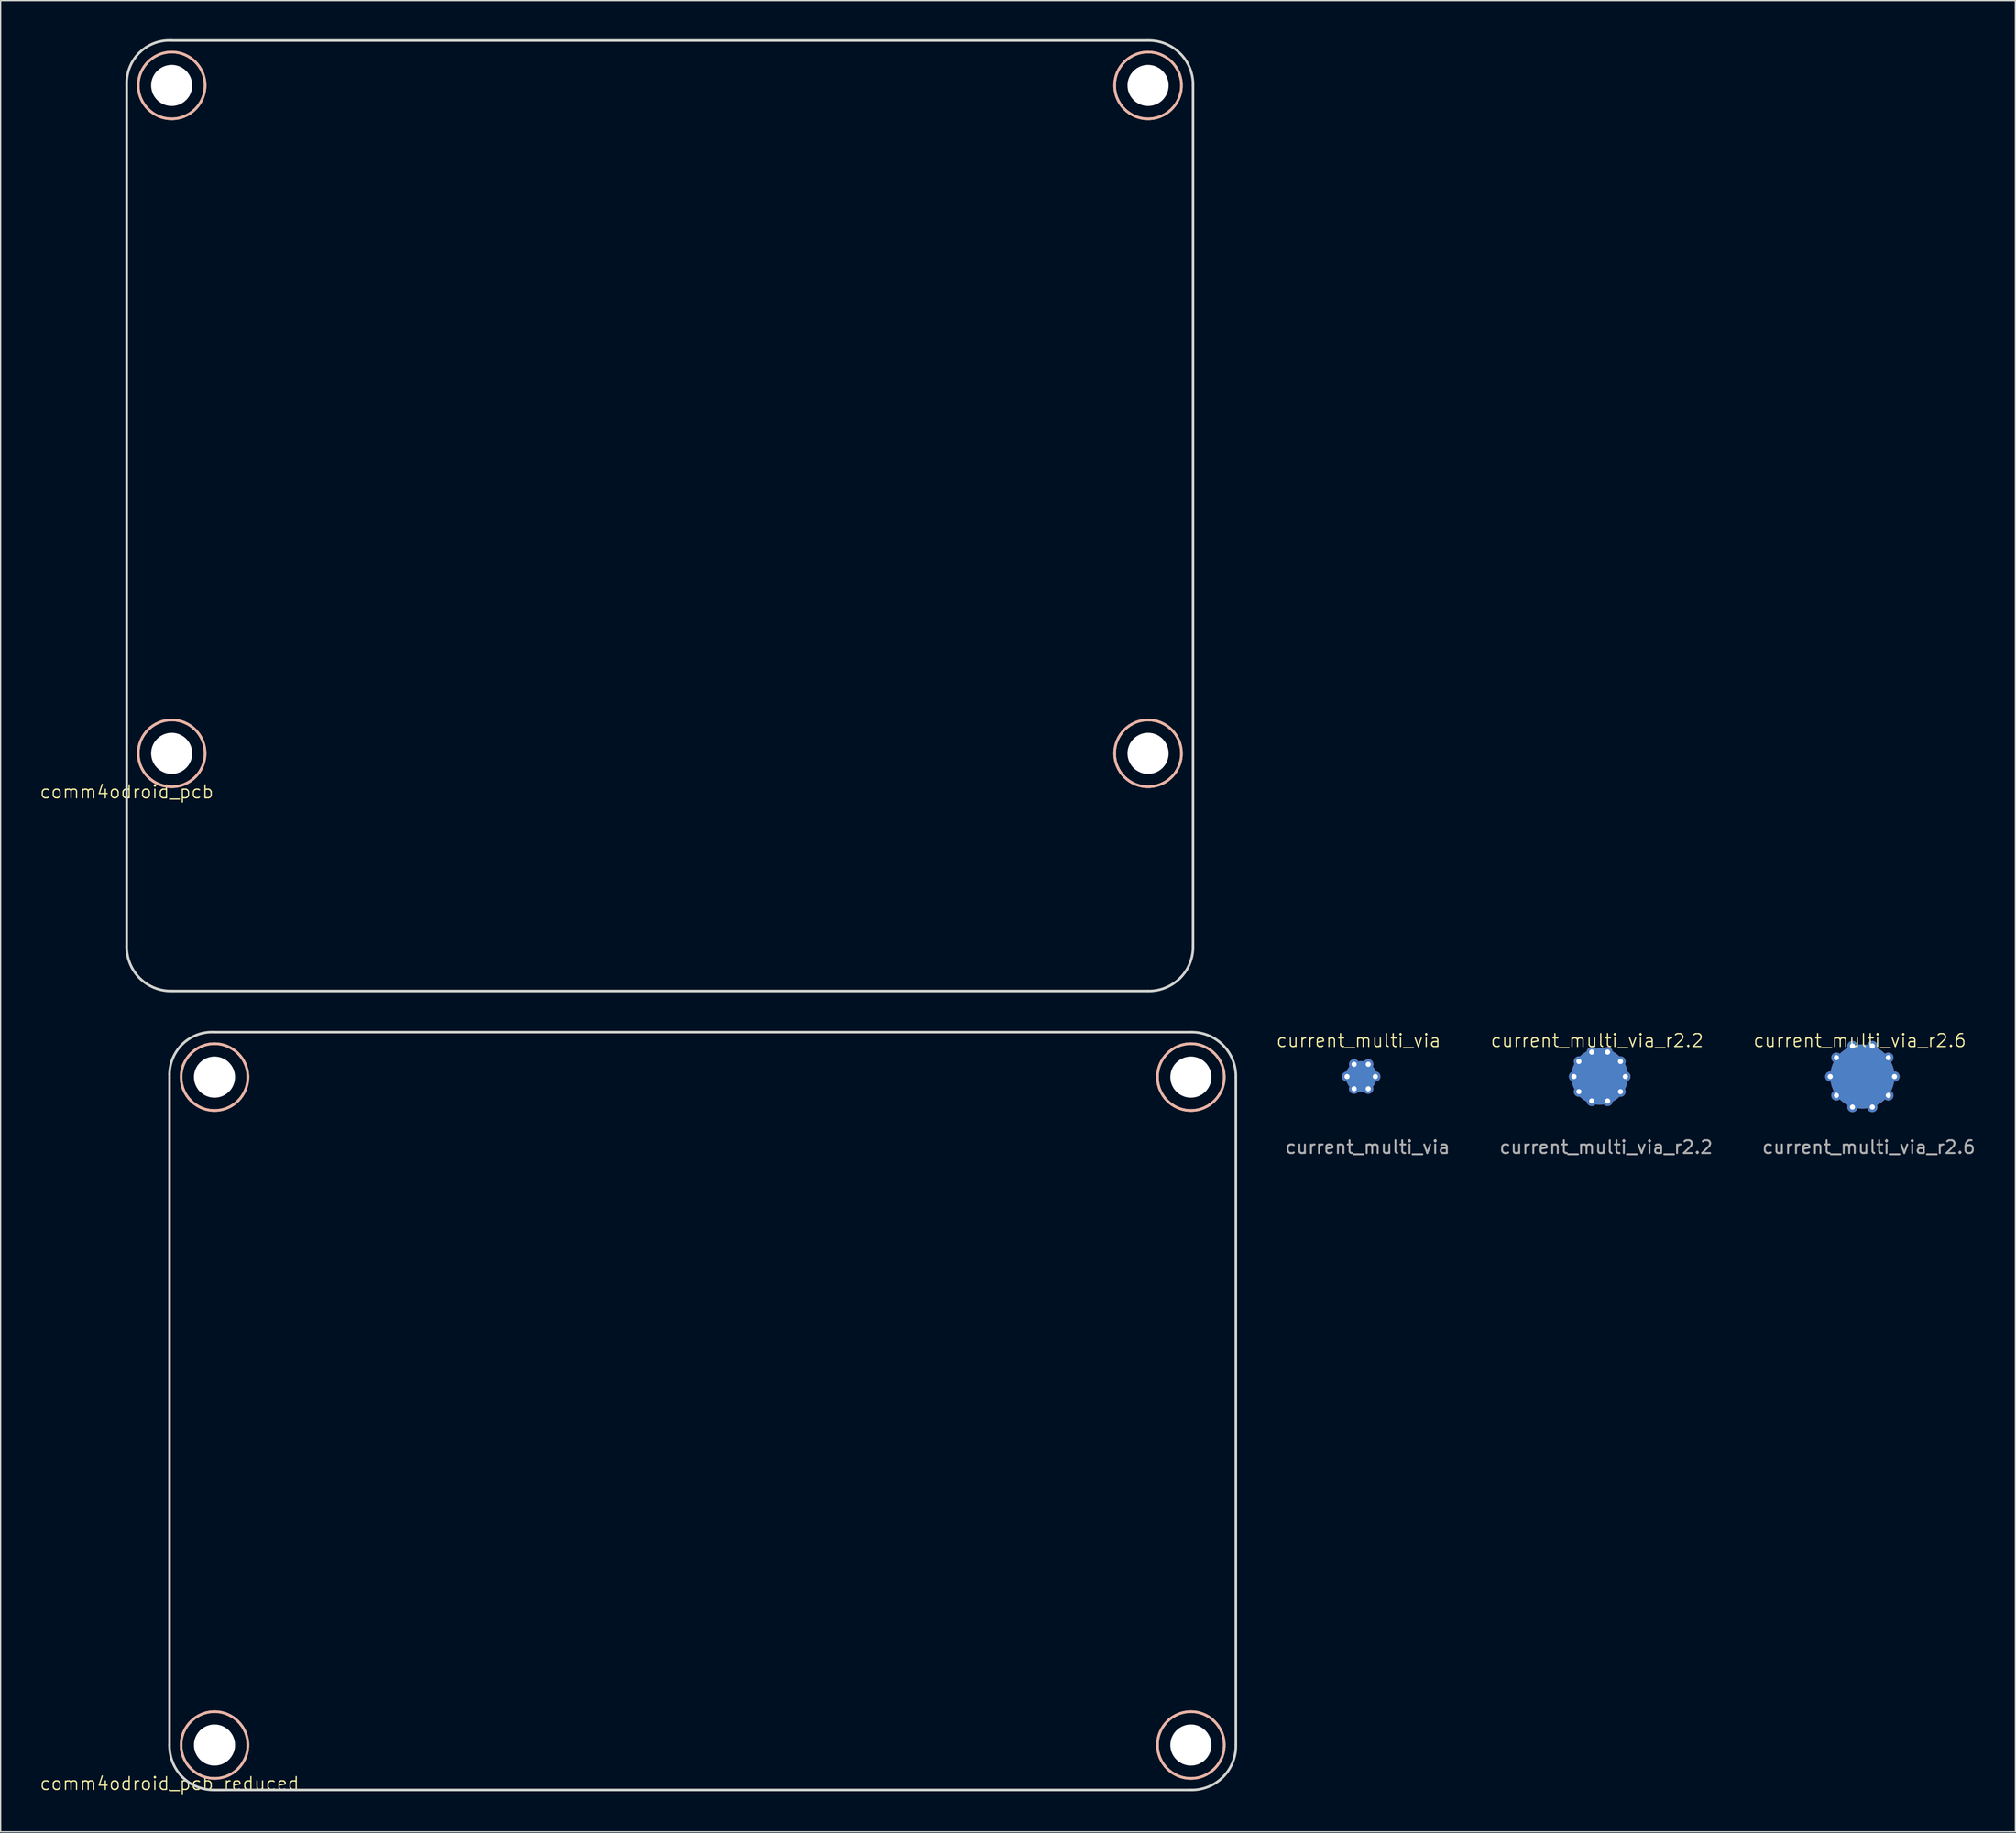
<source format=kicad_pcb>
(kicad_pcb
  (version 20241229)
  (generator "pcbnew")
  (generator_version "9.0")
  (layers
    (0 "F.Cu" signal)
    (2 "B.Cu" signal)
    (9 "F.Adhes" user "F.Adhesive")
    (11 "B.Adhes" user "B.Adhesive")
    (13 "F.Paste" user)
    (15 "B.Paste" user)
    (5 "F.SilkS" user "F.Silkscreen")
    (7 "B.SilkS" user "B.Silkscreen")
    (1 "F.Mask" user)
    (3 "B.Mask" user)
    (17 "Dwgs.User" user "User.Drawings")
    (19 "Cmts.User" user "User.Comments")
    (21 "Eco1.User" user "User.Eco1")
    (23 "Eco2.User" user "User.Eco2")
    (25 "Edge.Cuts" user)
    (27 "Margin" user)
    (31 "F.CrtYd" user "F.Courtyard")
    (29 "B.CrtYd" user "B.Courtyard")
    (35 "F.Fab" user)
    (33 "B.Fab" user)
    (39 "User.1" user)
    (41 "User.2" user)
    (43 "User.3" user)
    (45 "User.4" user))
  (footprint "current_multi_via_r2.2"
    (layer "F.Cu")
    (at 121.466 80.767)
    (property "Reference" "current_multi_via_r2.2" (at -0.2 -2.8 0) (unlocked yes) (layer "F.SilkS") (effects (font (size 1 1) (thickness 0.1))))
    (attr through_hole)
    (fp_text user "${REFERENCE}" (at 0.5 5.5 0) (unlocked yes) (layer "F.Fab") (effects (font (size 1 1) (thickness 0.15))))
    (pad "1" thru_hole circle (at -2 0) (size 0.8 0.8) (drill 0.4) (layers "*.Cu" "*.Mask"))
    (pad "1" thru_hole circle (at -1.618 -1.176) (size 0.8 0.8) (drill 0.4) (layers "*.Cu" "*.Mask"))
    (pad "1" thru_hole circle (at -1.618 1.176) (size 0.8 0.8) (drill 0.4) (layers "*.Cu" "*.Mask"))
    (pad "1" thru_hole circle (at -0.618 -1.902) (size 0.8 0.8) (drill 0.4) (layers "*.Cu" "*.Mask"))
    (pad "1" thru_hole circle (at -0.618 1.902) (size 0.8 0.8) (drill 0.4) (layers "*.Cu" "*.Mask"))
    (pad "1" smd circle (at 0 0) (size 4.4 4.4) (layers "F.Cu" "F.Mask" "F.Paste"))
    (pad "1" smd circle (at 0 0) (size 4.4 4.4) (layers "B.Cu" "B.Mask" "B.Paste"))
    (pad "1" thru_hole circle (at 0.618 -1.902) (size 0.8 0.8) (drill 0.4) (layers "*.Cu" "*.Mask"))
    (pad "1" thru_hole circle (at 0.618 1.902) (size 0.8 0.8) (drill 0.4) (layers "*.Cu" "*.Mask"))
    (pad "1" thru_hole circle (at 1.618 -1.176) (size 0.8 0.8) (drill 0.4) (layers "*.Cu" "*.Mask"))
    (pad "1" thru_hole circle (at 1.618 1.176) (size 0.8 0.8) (drill 0.4) (layers "*.Cu" "*.Mask"))
    (pad "1" thru_hole circle (at 2 0) (size 0.8 0.8) (drill 0.4) (layers "*.Cu" "*.Mask")))
  (footprint "current_multi_via_r2.6"
    (layer "F.Cu")
    (at 141.913 80.767)
    (property "Reference" "current_multi_via_r2.6" (at -0.2 -2.8 0) (unlocked yes) (layer "F.SilkS") (effects (font (size 1 1) (thickness 0.1))))
    (attr through_hole)
    (fp_text user "${REFERENCE}" (at 0.5 5.5 0) (unlocked yes) (layer "F.Fab") (effects (font (size 1 1) (thickness 0.15))))
    (pad "1" thru_hole circle (at -2.5 0) (size 0.8 0.8) (drill 0.4) (layers "*.Cu" "*.Mask"))
    (pad "1" thru_hole circle (at -2.023 -1.469) (size 0.8 0.8) (drill 0.4) (layers "*.Cu" "*.Mask"))
    (pad "1" thru_hole circle (at -2.023 1.469) (size 0.8 0.8) (drill 0.4) (layers "*.Cu" "*.Mask"))
    (pad "1" thru_hole circle (at -0.773 -2.378) (size 0.8 0.8) (drill 0.4) (layers "*.Cu" "*.Mask"))
    (pad "1" thru_hole circle (at -0.773 2.378) (size 0.8 0.8) (drill 0.4) (layers "*.Cu" "*.Mask"))
    (pad "1" smd circle (at 0 0) (size 5 5) (layers "F.Cu" "F.Mask" "F.Paste"))
    (pad "1" smd circle (at 0 0) (size 5 5) (layers "B.Cu" "B.Mask" "B.Paste"))
    (pad "1" thru_hole circle (at 0.773 -2.378) (size 0.8 0.8) (drill 0.4) (layers "*.Cu" "*.Mask"))
    (pad "1" thru_hole circle (at 0.773 2.378) (size 0.8 0.8) (drill 0.4) (layers "*.Cu" "*.Mask"))
    (pad "1" thru_hole circle (at 2.023 -1.469) (size 0.8 0.8) (drill 0.4) (layers "*.Cu" "*.Mask"))
    (pad "1" thru_hole circle (at 2.023 1.469) (size 0.8 0.8) (drill 0.4) (layers "*.Cu" "*.Mask"))
    (pad "1" thru_hole circle (at 2.5 0) (size 0.8 0.8) (drill 0.4) (layers "*.Cu" "*.Mask")))
  (footprint "comm4odroid_pcb"
    (layer "F.Cu")
    (at 6.812 59.105)
    (property "Reference" "comm4odroid_pcb" (at 0 -0.5 0) (unlocked yes) (layer "F.SilkS") (effects (font (size 1 1) (thickness 0.1))))
    (fp_line (start 0 0) (end 0 0) (stroke (width 0.1) (type default)) (layer "F.SilkS"))
    (fp_circle (center 3.5 -55.5) (end 6.1 -55.5) (stroke (width 0.2) (type default)) (fill no) (layer "F.SilkS"))
    (fp_circle (center 3.5 -3.5) (end 6.1 -3.5) (stroke (width 0.2) (type default)) (fill no) (layer "F.SilkS"))
    (fp_circle (center 79.5 -55.5) (end 82.1 -55.5) (stroke (width 0.2) (type default)) (fill no) (layer "F.SilkS"))
    (fp_circle (center 79.5 -3.5) (end 82.1 -3.5) (stroke (width 0.2) (type default)) (fill no) (layer "F.SilkS"))
    (fp_circle (center 3.5 -55.5) (end 6.1 -55.5) (stroke (width 0.2) (type default)) (fill no) (layer "B.SilkS"))
    (fp_circle (center 3.5 -3.5) (end 6.1 -3.5) (stroke (width 0.2) (type default)) (fill no) (layer "B.SilkS"))
    (fp_circle (center 79.5 -55.5) (end 82.1 -55.5) (stroke (width 0.2) (type default)) (fill no) (layer "B.SilkS"))
    (fp_circle (center 79.5 -3.5) (end 82.1 -3.5) (stroke (width 0.2) (type default)) (fill no) (layer "B.SilkS"))
    (fp_line (start 0 -55.75) (end 0 11.5) (stroke (width 0.2) (type default)) (layer "Edge.Cuts"))
    (fp_line (start 3.5 15) (end 79.5 15) (stroke (width 0.2) (type default)) (layer "Edge.Cuts"))
    (fp_line (start 79.5 -59) (end 3.5 -59) (stroke (width 0.2) (type default)) (layer "Edge.Cuts"))
    (fp_line (start 83 11.5) (end 83 -55.5) (stroke (width 0.2) (type default)) (layer "Edge.Cuts"))
    (fp_arc (start 0 -55.75) (mid 1.058028 -58.1202) (end 3.5 -59) (stroke (width 0.2) (type default)) (layer "Edge.Cuts"))
    (fp_arc (start 3.5 15) (mid 1.004799 13.995201) (end 0 11.5) (stroke (width 0.2) (type default)) (layer "Edge.Cuts"))
    (fp_arc (start 79.5 -59) (mid 81.9952 -57.9952) (end 83 -55.5) (stroke (width 0.2) (type default)) (layer "Edge.Cuts"))
    (fp_arc (start 83 11.5) (mid 81.9952 13.9952) (end 79.5 15) (stroke (width 0.2) (type default)) (layer "Edge.Cuts"))
    (pad "" np_thru_hole circle (at 3.5 -55.5) (size 3.2 3.2) (drill 3.2) (layers "*.Cu" "*.Mask"))
    (pad "" np_thru_hole circle (at 3.5 -3.5) (size 3.2 3.2) (drill 3.2) (layers "*.Cu" "*.Mask"))
    (pad "" np_thru_hole circle (at 79.5 -55.5) (size 3.2 3.2) (drill 3.2) (layers "*.Cu" "*.Mask"))
    (pad "" np_thru_hole circle (at 79.5 -3.5) (size 3.2 3.2) (drill 3.2) (layers "*.Cu" "*.Mask")))
  (footprint "current_multi_via"
    (layer "F.Cu")
    (at 102.901 80.767)
    (property "Reference" "current_multi_via" (at -0.2 -2.8 0) (unlocked yes) (layer "F.SilkS") (effects (font (size 1 1) (thickness 0.1))))
    (attr through_hole)
    (fp_text user "${REFERENCE}" (at 0.5 5.5 0) (unlocked yes) (layer "F.Fab") (effects (font (size 1 1) (thickness 0.15))))
    (pad "1" thru_hole circle (at -1.1 0) (size 0.8 0.8) (drill 0.4) (layers "*.Cu" "*.Mask"))
    (pad "1" thru_hole circle (at -0.55 -0.953) (size 0.8 0.8) (drill 0.4) (layers "*.Cu" "*.Mask"))
    (pad "1" thru_hole circle (at -0.55 0.953) (size 0.8 0.8) (drill 0.4) (layers "*.Cu" "*.Mask"))
    (pad "1" smd circle (at 0 0) (size 2.4 2.4) (layers "*.Paste" "*.Mask" "F.Cu"))
    (pad "1" smd circle (at 0 0) (size 2.4 2.4) (layers "*.Paste" "*.Mask" "B.Cu"))
    (pad "1" thru_hole circle (at 0.55 -0.953) (size 0.8 0.8) (drill 0.4) (layers "*.Cu" "*.Mask"))
    (pad "1" thru_hole circle (at 0.55 0.953) (size 0.8 0.8) (drill 0.4) (layers "*.Cu" "*.Mask"))
    (pad "1" thru_hole circle (at 1.1 0) (size 0.8 0.8) (drill 0.4) (layers "*.Cu" "*.Mask")))
  (footprint "comm4odroid_pcb_reduced"
    (layer "F.Cu")
    (at 10.145 136.311)
    (property "Reference" "comm4odroid_pcb_reduced" (at 0 -0.5 0) (unlocked yes) (layer "F.SilkS") (effects (font (size 1 1) (thickness 0.1))))
    (fp_line (start 0 0) (end 0 0) (stroke (width 0.1) (type default)) (layer "F.SilkS"))
    (fp_circle (center 3.5 -55.5) (end 6.1 -55.5) (stroke (width 0.2) (type default)) (fill no) (layer "F.SilkS"))
    (fp_circle (center 3.5 -3.5) (end 6.1 -3.5) (stroke (width 0.2) (type default)) (fill no) (layer "F.SilkS"))
    (fp_circle (center 79.5 -55.5) (end 82.1 -55.5) (stroke (width 0.2) (type default)) (fill no) (layer "F.SilkS"))
    (fp_circle (center 79.5 -3.5) (end 82.1 -3.5) (stroke (width 0.2) (type default)) (fill no) (layer "F.SilkS"))
    (fp_circle (center 3.5 -55.5) (end 6.1 -55.5) (stroke (width 0.2) (type default)) (fill no) (layer "B.SilkS"))
    (fp_circle (center 3.5 -3.5) (end 6.1 -3.5) (stroke (width 0.2) (type default)) (fill no) (layer "B.SilkS"))
    (fp_circle (center 79.5 -55.5) (end 82.1 -55.5) (stroke (width 0.2) (type default)) (fill no) (layer "B.SilkS"))
    (fp_circle (center 79.5 -3.5) (end 82.1 -3.5) (stroke (width 0.2) (type default)) (fill no) (layer "B.SilkS"))
    (fp_line (start 0 -55.75) (end 0 -3.5) (stroke (width 0.2) (type default)) (layer "Edge.Cuts"))
    (fp_line (start 3.5 0) (end 79.5 0) (stroke (width 0.2) (type default)) (layer "Edge.Cuts"))
    (fp_line (start 79.5 -59) (end 3.5 -59) (stroke (width 0.2) (type default)) (layer "Edge.Cuts"))
    (fp_line (start 83 -3.5) (end 83 -55.5) (stroke (width 0.2) (type default)) (layer "Edge.Cuts"))
    (fp_arc (start 0 -55.75) (mid 1.058028 -58.1202) (end 3.5 -59) (stroke (width 0.2) (type default)) (layer "Edge.Cuts"))
    (fp_arc (start 3.5 0) (mid 1.004799 -1.004799) (end 0 -3.5) (stroke (width 0.2) (type default)) (layer "Edge.Cuts"))
    (fp_arc (start 79.5 -59) (mid 81.9952 -57.9952) (end 83 -55.5) (stroke (width 0.2) (type default)) (layer "Edge.Cuts"))
    (fp_arc (start 83 -3.5) (mid 81.995205 -1.004794) (end 79.5 0) (stroke (width 0.2) (type default)) (layer "Edge.Cuts"))
    (pad "" np_thru_hole circle (at 3.5 -55.5) (size 3.2 3.2) (drill 3.2) (layers "*.Cu" "*.Mask"))
    (pad "" np_thru_hole circle (at 3.5 -3.5) (size 3.2 3.2) (drill 3.2) (layers "*.Cu" "*.Mask"))
    (pad "" np_thru_hole circle (at 79.5 -55.5) (size 3.2 3.2) (drill 3.2) (layers "*.Cu" "*.Mask"))
    (pad "" np_thru_hole circle (at 79.5 -3.5) (size 3.2 3.2) (drill 3.2) (layers "*.Cu" "*.Mask")))
  (gr_rect
    (start -3 -3)
    (end 153.823 139.572)
    (stroke (width 0.1) (type default))
    (fill no)
    (layer "Edge.Cuts")))
</source>
